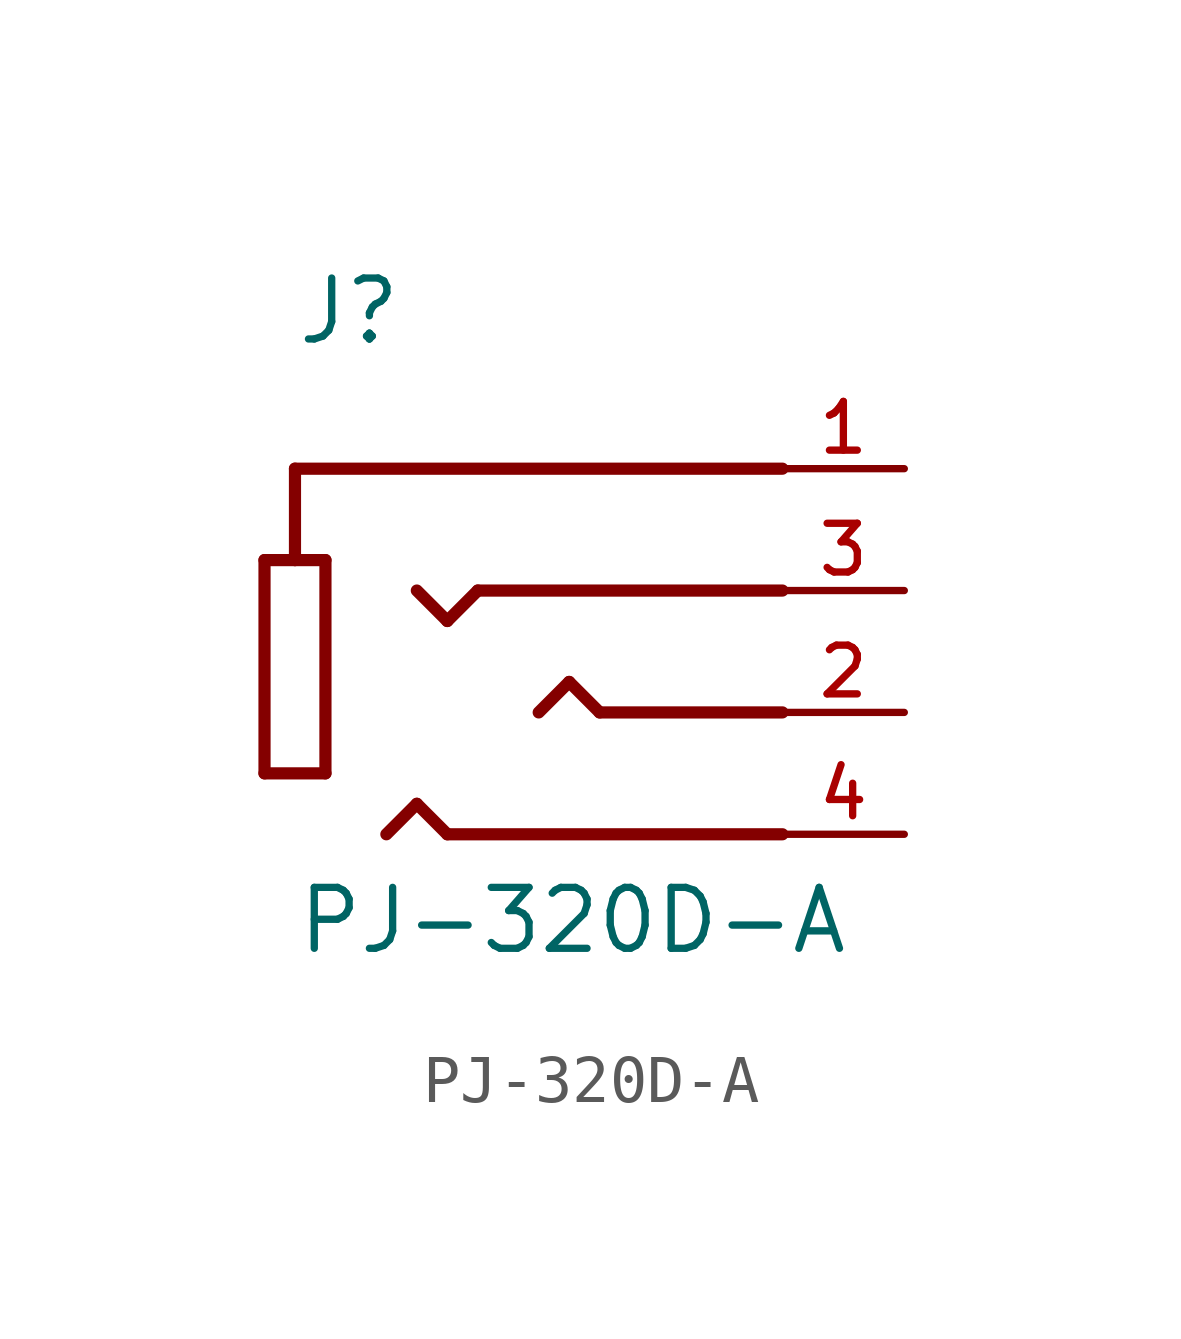
<source format=kicad_sym>
(kicad_symbol_lib
  (version 20231120)
  (generator "kicad_symbol_editor")
  (generator_version "8.0")
  (symbol "PJ-320D-A"
    (pin_names
      (offset 1.016))
    (property "Reference" "J"
      (at -5.08 2.54 0)
      (effects (font (size 1.27 1.27)) (justify left bottom)))
    (property "Value" "PJ-320D-A"
      (at -5.08 -10.16 0)
      (effects (font (size 1.27 1.27)) (justify left bottom)))
    (symbol "PJ-320D-A_0_0"
      (polyline (pts (xy -5.715 -6.35) (xy -5.715 -1.905)) (stroke (width 0.254) (type default)) (fill (type none)))
      (polyline (pts (xy -5.715 -1.905) (xy -5.08 -1.905)) (stroke (width 0.254) (type default)) (fill (type none)))
      (polyline (pts (xy -5.08 -1.905) (xy -4.445 -1.905)) (stroke (width 0.254) (type default)) (fill (type none)))
      (polyline (pts (xy -5.08 0) (xy -5.08 -1.905)) (stroke (width 0.254) (type default)) (fill (type none)))
      (polyline (pts (xy -4.445 -6.35) (xy -5.715 -6.35)) (stroke (width 0.254) (type default)) (fill (type none)))
      (polyline (pts (xy -4.445 -1.905) (xy -4.445 -6.35)) (stroke (width 0.254) (type default)) (fill (type none)))
      (polyline (pts (xy -2.54 -6.985) (xy -3.175 -7.62)) (stroke (width 0.254) (type default)) (fill (type none)))
      (polyline (pts (xy -1.905 -7.62) (xy -2.54 -6.985)) (stroke (width 0.254) (type default)) (fill (type none)))
      (polyline (pts (xy -1.905 -3.175) (xy -2.54 -2.54)) (stroke (width 0.254) (type default)) (fill (type none)))
      (polyline (pts (xy -1.27 -2.54) (xy -1.905 -3.175)) (stroke (width 0.254) (type default)) (fill (type none)))
      (polyline (pts (xy 0.635 -4.445) (xy 0 -5.08)) (stroke (width 0.254) (type default)) (fill (type none)))
      (polyline (pts (xy 1.27 -5.08) (xy 0.635 -4.445)) (stroke (width 0.254) (type default)) (fill (type none)))
      (polyline (pts (xy 5.08 -7.62) (xy -1.905 -7.62)) (stroke (width 0.254) (type default)) (fill (type none)))
      (polyline (pts (xy 5.08 -5.08) (xy 1.27 -5.08)) (stroke (width 0.254) (type default)) (fill (type none)))
      (polyline (pts (xy 5.08 -2.54) (xy -1.27 -2.54)) (stroke (width 0.254) (type default)) (fill (type none)))
      (polyline (pts (xy 5.08 0) (xy -5.08 0)) (stroke (width 0.254) (type default)) (fill (type none)))
      (pin passive line (at 7.62 0 180) (length 2.54) (name "~" (effects (font (size 1.016 1.016)))) (number "1" (effects (font (size 1.016 1.016)))))
      (pin passive line (at 7.62 -5.08 180) (length 2.54) (name "~" (effects (font (size 1.016 1.016)))) (number "2" (effects (font (size 1.016 1.016)))))
      (pin passive line (at 7.62 -2.54 180) (length 2.54) (name "~" (effects (font (size 1.016 1.016)))) (number "3" (effects (font (size 1.016 1.016)))))
      (pin passive line (at 7.62 -7.62 180) (length 2.54) (name "~" (effects (font (size 1.016 1.016)))) (number "4" (effects (font (size 1.016 1.016))))))))
</source>
